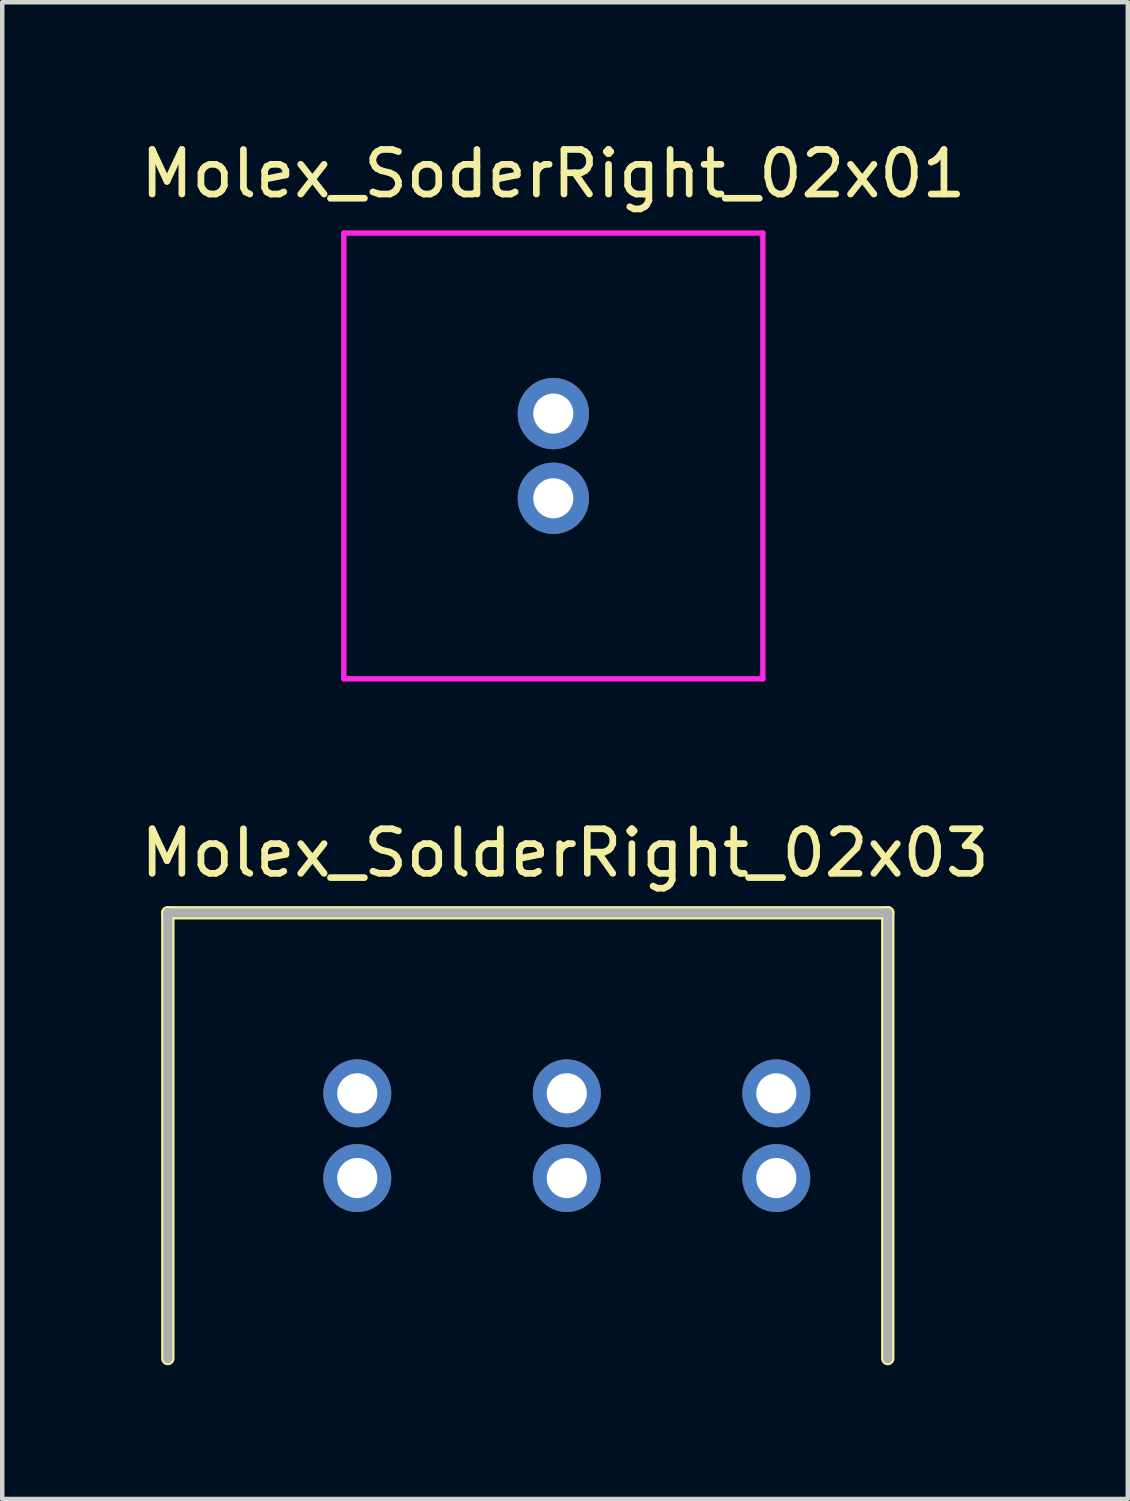
<source format=kicad_pcb>
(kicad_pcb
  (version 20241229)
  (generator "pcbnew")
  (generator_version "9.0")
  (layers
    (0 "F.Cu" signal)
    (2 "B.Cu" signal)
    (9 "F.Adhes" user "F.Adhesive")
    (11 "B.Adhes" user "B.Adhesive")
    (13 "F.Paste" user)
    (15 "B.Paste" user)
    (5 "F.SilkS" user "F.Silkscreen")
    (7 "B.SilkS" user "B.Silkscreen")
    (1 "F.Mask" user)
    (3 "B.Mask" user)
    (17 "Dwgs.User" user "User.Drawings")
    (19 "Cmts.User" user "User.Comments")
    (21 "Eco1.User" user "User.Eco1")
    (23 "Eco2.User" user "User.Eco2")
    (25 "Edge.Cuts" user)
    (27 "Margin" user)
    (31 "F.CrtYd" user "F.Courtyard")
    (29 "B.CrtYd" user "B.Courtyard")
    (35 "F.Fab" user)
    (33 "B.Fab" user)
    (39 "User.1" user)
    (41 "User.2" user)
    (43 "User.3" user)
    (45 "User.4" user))
  (footprint "Molex_SolderRight_02x03"
    (layer "F.Cu")
    (at 9.665 22.427)
    (property "Reference" "Molex_SolderRight_02x03" (at -0.04 -6.34 0) (layer "F.SilkS") (effects (font (size 1 1) (thickness 0.15))))
    (attr through_hole)
    (fp_line (start -8.95 -5) (end -8.95 5) (stroke (width 0.3) (type solid)) (layer "F.SilkS"))
    (fp_line (start -8.95 -5) (end 7.2 -5) (stroke (width 0.3) (type solid)) (layer "F.SilkS"))
    (fp_line (start 7.2 -5) (end 7.2 5) (stroke (width 0.3) (type solid)) (layer "F.SilkS"))
    (fp_line (start -8.95 -5) (end -8.95 5) (stroke (width 0.2) (type solid)) (layer "F.Fab"))
    (fp_line (start -8.95 -5) (end 7.2 -5) (stroke (width 0.2) (type solid)) (layer "F.Fab"))
    (fp_line (start 7.2 -5) (end 7.2 5) (stroke (width 0.2) (type solid)) (layer "F.Fab"))
    (pad "1a" thru_hole circle (at -4.7 -0.95) (size 1.524 1.524) (drill 0.9) (layers "*.Cu" "*.Mask"))
    (pad "1b" thru_hole circle (at -4.7 0.95) (size 1.524 1.524) (drill 0.9) (layers "*.Cu" "*.Mask"))
    (pad "2a" thru_hole circle (at 0 -0.95) (size 1.524 1.524) (drill 0.9) (layers "*.Cu" "*.Mask"))
    (pad "2b" thru_hole circle (at 0 0.95) (size 1.524 1.524) (drill 0.9) (layers "*.Cu" "*.Mask"))
    (pad "3a" thru_hole circle (at 4.7 -0.95) (size 1.524 1.524) (drill 0.9) (layers "*.Cu" "*.Mask"))
    (pad "3b" thru_hole circle (at 4.7 0.95) (size 1.524 1.524) (drill 0.9) (layers "*.Cu" "*.Mask")))
  (footprint "Molex_SoderRight_02x01"
    (layer "F.Cu")
    (at 9.363 7.178)
    (property "Reference" "Molex_SoderRight_02x01" (at 0 -6.33 0) (layer "F.SilkS") (effects (font (size 1 1) (thickness 0.15))))
    (attr through_hole)
    (fp_line (start -4.7 -5) (end -4.7 5) (stroke (width 0.12) (type solid)) (layer "F.CrtYd"))
    (fp_line (start -4.7 -5) (end 4.7 -5) (stroke (width 0.12) (type solid)) (layer "F.CrtYd"))
    (fp_line (start -4.7 5) (end 4.7 5) (stroke (width 0.12) (type solid)) (layer "F.CrtYd"))
    (fp_line (start 4.7 -5) (end 4.7 5) (stroke (width 0.12) (type solid)) (layer "F.CrtYd"))
    (pad "1" thru_hole circle (at 0 -0.95) (size 1.6 1.6) (drill 0.9) (layers "*.Cu" "*.Mask"))
    (pad "2" thru_hole circle (at 0 0.95) (size 1.6 1.6) (drill 0.9) (layers "*.Cu" "*.Mask")))
  (gr_rect
    (start -3 -3)
    (end 22.25 30.576)
    (stroke (width 0.1) (type default))
    (fill no)
    (layer "Edge.Cuts")))
</source>
